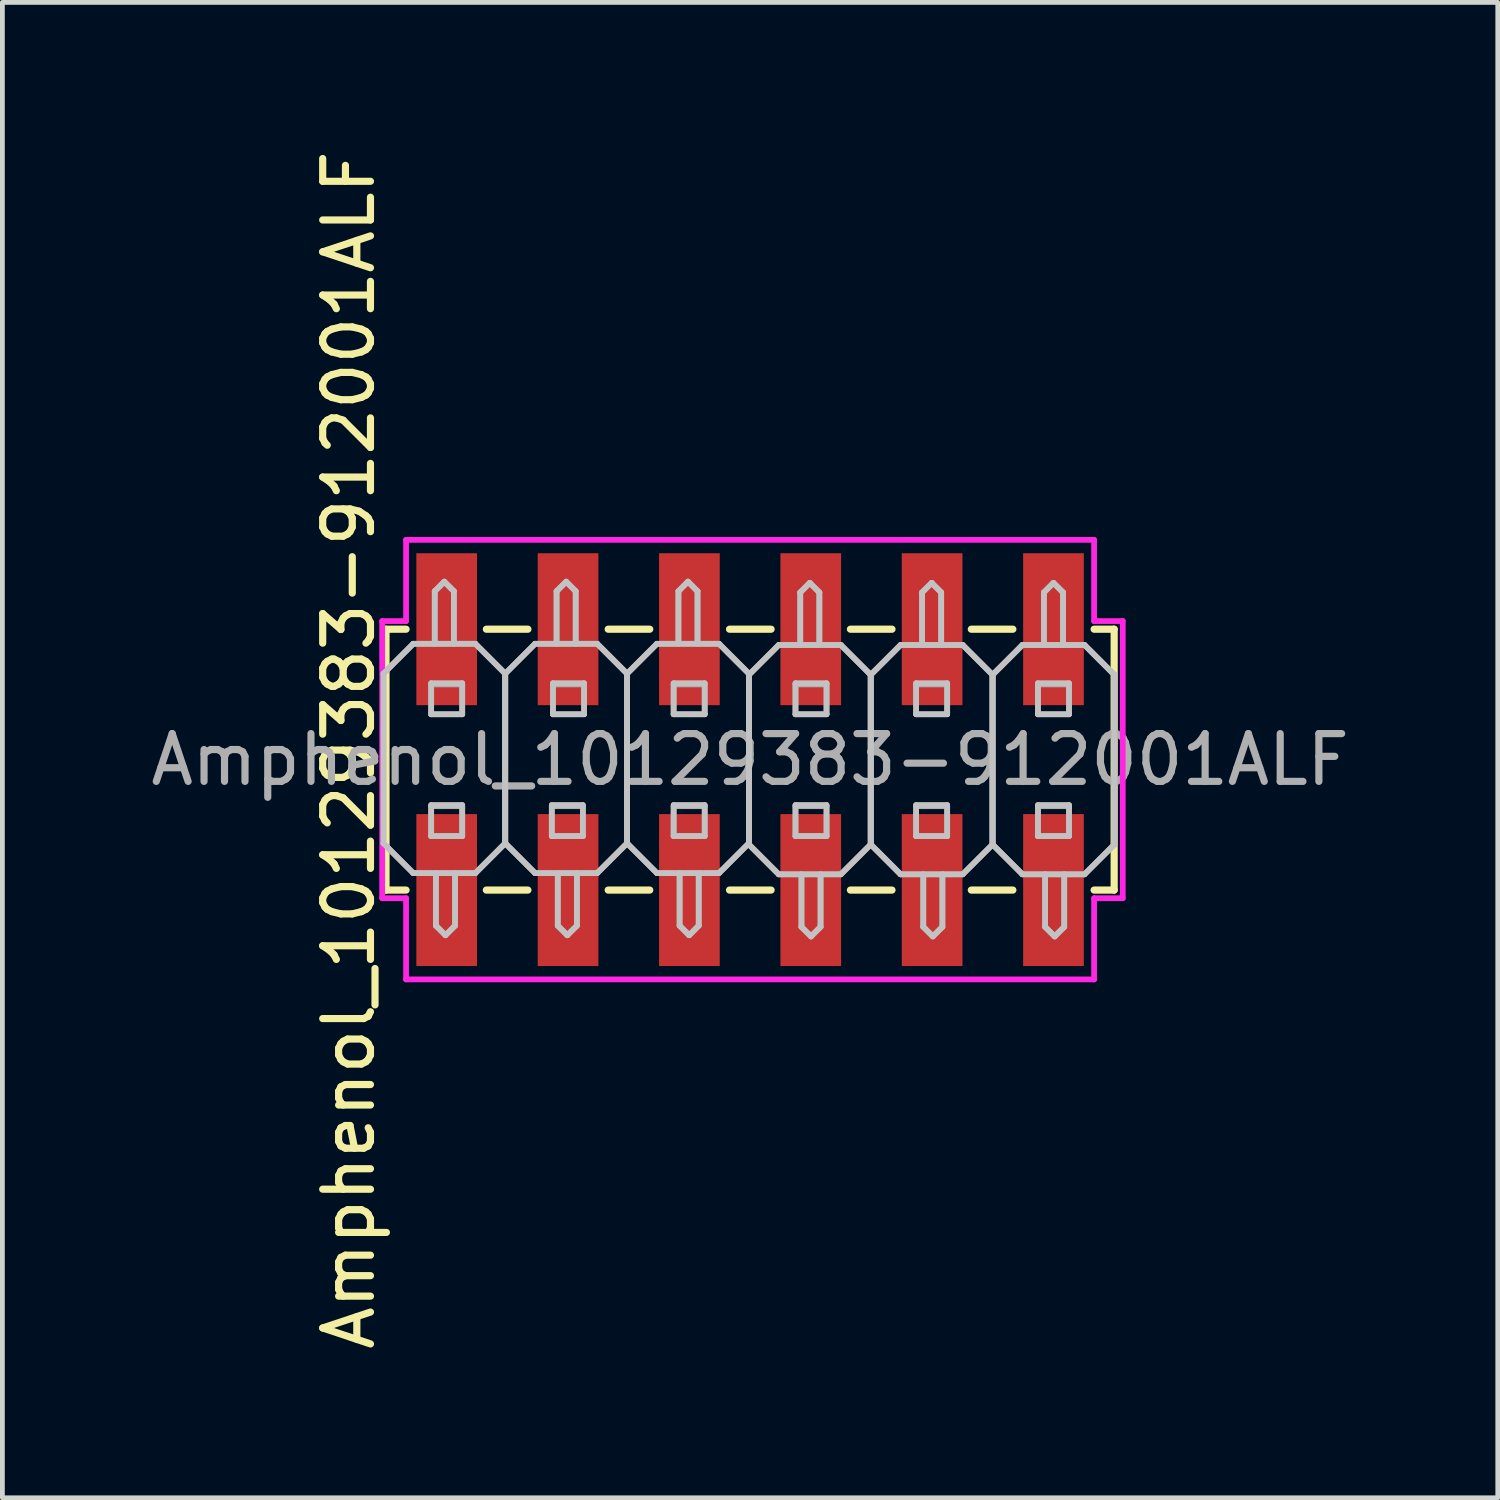
<source format=kicad_pcb>
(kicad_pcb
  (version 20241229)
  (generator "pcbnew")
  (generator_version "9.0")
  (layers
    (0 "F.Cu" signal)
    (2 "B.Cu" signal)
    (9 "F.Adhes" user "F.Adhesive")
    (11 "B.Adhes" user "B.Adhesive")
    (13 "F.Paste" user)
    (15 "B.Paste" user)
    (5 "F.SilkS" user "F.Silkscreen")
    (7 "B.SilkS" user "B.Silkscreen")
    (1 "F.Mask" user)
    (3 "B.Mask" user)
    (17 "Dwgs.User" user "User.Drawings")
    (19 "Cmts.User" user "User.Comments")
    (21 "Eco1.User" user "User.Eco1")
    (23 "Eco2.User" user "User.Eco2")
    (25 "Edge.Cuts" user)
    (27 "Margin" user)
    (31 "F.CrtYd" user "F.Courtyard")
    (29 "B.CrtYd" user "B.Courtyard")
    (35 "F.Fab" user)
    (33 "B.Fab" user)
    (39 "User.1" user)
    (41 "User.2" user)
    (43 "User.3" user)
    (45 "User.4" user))
  (footprint "Amphenol_10129383-912001ALF"
    (layer "F.Cu")
    (at 12.649 12.849)
    (property "Reference" "Amphenol_10129383-912001ALF" (at -8.4 -0.2 90) (layer "F.SilkS") (effects (font (size 1 1) (thickness 0.15))))
    (attr smd)
    (fp_line (start -7.62 -2.73) (end -7.62 2.73) (stroke (width 0.15) (type solid)) (layer "F.SilkS"))
    (fp_line (start -7.62 -2.73) (end -7.2 -2.73) (stroke (width 0.15) (type solid)) (layer "F.SilkS"))
    (fp_line (start -7.62 2.73) (end -7.2 2.73) (stroke (width 0.15) (type solid)) (layer "F.SilkS"))
    (fp_line (start -4.65 -2.73) (end -5.52 -2.73) (stroke (width 0.15) (type solid)) (layer "F.SilkS"))
    (fp_line (start -4.65 2.73) (end -5.52 2.73) (stroke (width 0.15) (type solid)) (layer "F.SilkS"))
    (fp_line (start -2.1 -2.73) (end -2.97 -2.73) (stroke (width 0.15) (type solid)) (layer "F.SilkS"))
    (fp_line (start -2.1 2.73) (end -2.97 2.73) (stroke (width 0.15) (type solid)) (layer "F.SilkS"))
    (fp_line (start 0.44 -2.73) (end -0.43 -2.73) (stroke (width 0.15) (type solid)) (layer "F.SilkS"))
    (fp_line (start 0.44 2.73) (end -0.43 2.73) (stroke (width 0.15) (type solid)) (layer "F.SilkS"))
    (fp_line (start 2.97 -2.73) (end 2.1 -2.73) (stroke (width 0.15) (type solid)) (layer "F.SilkS"))
    (fp_line (start 2.97 2.73) (end 2.1 2.73) (stroke (width 0.15) (type solid)) (layer "F.SilkS"))
    (fp_line (start 5.5 -2.73) (end 4.63 -2.73) (stroke (width 0.15) (type solid)) (layer "F.SilkS"))
    (fp_line (start 5.5 2.73) (end 4.63 2.73) (stroke (width 0.15) (type solid)) (layer "F.SilkS"))
    (fp_line (start 7.62 -2.73) (end 7.2 -2.73) (stroke (width 0.15) (type solid)) (layer "F.SilkS"))
    (fp_line (start 7.62 -2.73) (end 7.62 2.73) (stroke (width 0.15) (type solid)) (layer "F.SilkS"))
    (fp_line (start 7.62 2.73) (end 7.2 2.73) (stroke (width 0.15) (type solid)) (layer "F.SilkS"))
    (fp_line (start -7.675 1.75) (end -7.675 -1.8) (stroke (width 0.12) (type solid)) (layer "Dwgs.User"))
    (fp_line (start -7.675 1.75) (end -7.05 2.375) (stroke (width 0.12) (type solid)) (layer "Dwgs.User"))
    (fp_line (start -7.05 -2.425) (end -7.675 -1.8) (stroke (width 0.12) (type solid)) (layer "Dwgs.User"))
    (fp_line (start -6.675 -1.6) (end -6.025 -1.6) (stroke (width 0.12) (type solid)) (layer "Dwgs.User"))
    (fp_line (start -6.675 -0.95) (end -6.675 -1.6) (stroke (width 0.12) (type solid)) (layer "Dwgs.User"))
    (fp_line (start -6.675 0.95) (end -6.025 0.95) (stroke (width 0.12) (type solid)) (layer "Dwgs.User"))
    (fp_line (start -6.675 1.6) (end -6.675 0.95) (stroke (width 0.12) (type solid)) (layer "Dwgs.User"))
    (fp_line (start -6.6 -2.425) (end -6.6 -3.525) (stroke (width 0.12) (type solid)) (layer "Dwgs.User"))
    (fp_line (start -6.575 2.375) (end -6.575 3.475) (stroke (width 0.12) (type solid)) (layer "Dwgs.User"))
    (fp_line (start -6.575 3.475) (end -6.375 3.675) (stroke (width 0.12) (type solid)) (layer "Dwgs.User"))
    (fp_line (start -6.4 -3.725) (end -6.6 -3.525) (stroke (width 0.12) (type solid)) (layer "Dwgs.User"))
    (fp_line (start -6.375 3.675) (end -6.175 3.475) (stroke (width 0.12) (type solid)) (layer "Dwgs.User"))
    (fp_line (start -6.2 -3.525) (end -6.4 -3.725) (stroke (width 0.12) (type solid)) (layer "Dwgs.User"))
    (fp_line (start -6.2 -2.425) (end -6.2 -3.525) (stroke (width 0.12) (type solid)) (layer "Dwgs.User"))
    (fp_line (start -6.175 2.375) (end -6.175 3.475) (stroke (width 0.12) (type solid)) (layer "Dwgs.User"))
    (fp_line (start -6.025 -1.6) (end -6.025 -0.95) (stroke (width 0.12) (type solid)) (layer "Dwgs.User"))
    (fp_line (start -6.025 -0.95) (end -6.675 -0.95) (stroke (width 0.12) (type solid)) (layer "Dwgs.User"))
    (fp_line (start -6.025 0.95) (end -6.025 1.6) (stroke (width 0.12) (type solid)) (layer "Dwgs.User"))
    (fp_line (start -6.025 1.6) (end -6.675 1.6) (stroke (width 0.12) (type solid)) (layer "Dwgs.User"))
    (fp_line (start -5.75 -2.425) (end -7.05 -2.425) (stroke (width 0.12) (type solid)) (layer "Dwgs.User"))
    (fp_line (start -5.75 -2.425) (end -5.125 -1.8) (stroke (width 0.12) (type solid)) (layer "Dwgs.User"))
    (fp_line (start -5.75 2.375) (end -7.05 2.375) (stroke (width 0.12) (type solid)) (layer "Dwgs.User"))
    (fp_line (start -5.125 -1.8) (end -5.125 1.75) (stroke (width 0.12) (type solid)) (layer "Dwgs.User"))
    (fp_line (start -5.125 1.75) (end -5.75 2.375) (stroke (width 0.12) (type solid)) (layer "Dwgs.User"))
    (fp_line (start -5.125 1.75) (end -5.125 -1.8) (stroke (width 0.12) (type solid)) (layer "Dwgs.User"))
    (fp_line (start -5.125 1.75) (end -4.5 2.375) (stroke (width 0.12) (type solid)) (layer "Dwgs.User"))
    (fp_line (start -4.5 -2.425) (end -5.125 -1.8) (stroke (width 0.12) (type solid)) (layer "Dwgs.User"))
    (fp_line (start -4.15 0.95) (end -3.5 0.95) (stroke (width 0.12) (type solid)) (layer "Dwgs.User"))
    (fp_line (start -4.15 1.6) (end -4.15 0.95) (stroke (width 0.12) (type solid)) (layer "Dwgs.User"))
    (fp_line (start -4.125 -1.6) (end -3.475 -1.6) (stroke (width 0.12) (type solid)) (layer "Dwgs.User"))
    (fp_line (start -4.125 -0.95) (end -4.125 -1.6) (stroke (width 0.12) (type solid)) (layer "Dwgs.User"))
    (fp_line (start -4.05 -2.425) (end -4.05 -3.525) (stroke (width 0.12) (type solid)) (layer "Dwgs.User"))
    (fp_line (start -4.025 2.375) (end -4.025 3.475) (stroke (width 0.12) (type solid)) (layer "Dwgs.User"))
    (fp_line (start -4.025 3.475) (end -3.825 3.675) (stroke (width 0.12) (type solid)) (layer "Dwgs.User"))
    (fp_line (start -3.85 -3.725) (end -4.05 -3.525) (stroke (width 0.12) (type solid)) (layer "Dwgs.User"))
    (fp_line (start -3.825 3.675) (end -3.625 3.475) (stroke (width 0.12) (type solid)) (layer "Dwgs.User"))
    (fp_line (start -3.65 -3.525) (end -3.85 -3.725) (stroke (width 0.12) (type solid)) (layer "Dwgs.User"))
    (fp_line (start -3.65 -2.425) (end -3.65 -3.525) (stroke (width 0.12) (type solid)) (layer "Dwgs.User"))
    (fp_line (start -3.625 2.375) (end -3.625 3.475) (stroke (width 0.12) (type solid)) (layer "Dwgs.User"))
    (fp_line (start -3.5 0.95) (end -3.5 1.6) (stroke (width 0.12) (type solid)) (layer "Dwgs.User"))
    (fp_line (start -3.5 1.6) (end -4.15 1.6) (stroke (width 0.12) (type solid)) (layer "Dwgs.User"))
    (fp_line (start -3.475 -1.6) (end -3.475 -0.95) (stroke (width 0.12) (type solid)) (layer "Dwgs.User"))
    (fp_line (start -3.475 -0.95) (end -4.125 -0.95) (stroke (width 0.12) (type solid)) (layer "Dwgs.User"))
    (fp_line (start -3.2 -2.425) (end -4.5 -2.425) (stroke (width 0.12) (type solid)) (layer "Dwgs.User"))
    (fp_line (start -3.2 -2.425) (end -2.575 -1.8) (stroke (width 0.12) (type solid)) (layer "Dwgs.User"))
    (fp_line (start -3.2 2.375) (end -4.5 2.375) (stroke (width 0.12) (type solid)) (layer "Dwgs.User"))
    (fp_line (start -2.575 -1.8) (end -2.575 1.75) (stroke (width 0.12) (type solid)) (layer "Dwgs.User"))
    (fp_line (start -2.575 1.75) (end -3.2 2.375) (stroke (width 0.12) (type solid)) (layer "Dwgs.User"))
    (fp_line (start -2.575 1.75) (end -2.575 -1.8) (stroke (width 0.12) (type solid)) (layer "Dwgs.User"))
    (fp_line (start -2.575 1.75) (end -1.95 2.375) (stroke (width 0.12) (type solid)) (layer "Dwgs.User"))
    (fp_line (start -1.95 -2.425) (end -2.575 -1.8) (stroke (width 0.12) (type solid)) (layer "Dwgs.User"))
    (fp_line (start -1.6 -1.6) (end -0.95 -1.6) (stroke (width 0.12) (type solid)) (layer "Dwgs.User"))
    (fp_line (start -1.6 -0.95) (end -1.6 -1.6) (stroke (width 0.12) (type solid)) (layer "Dwgs.User"))
    (fp_line (start -1.6 0.95) (end -0.95 0.95) (stroke (width 0.12) (type solid)) (layer "Dwgs.User"))
    (fp_line (start -1.6 1.6) (end -1.6 0.95) (stroke (width 0.12) (type solid)) (layer "Dwgs.User"))
    (fp_line (start -1.5 -2.425) (end -1.5 -3.525) (stroke (width 0.12) (type solid)) (layer "Dwgs.User"))
    (fp_line (start -1.475 2.375) (end -1.475 3.475) (stroke (width 0.12) (type solid)) (layer "Dwgs.User"))
    (fp_line (start -1.475 3.475) (end -1.275 3.675) (stroke (width 0.12) (type solid)) (layer "Dwgs.User"))
    (fp_line (start -1.3 -3.725) (end -1.5 -3.525) (stroke (width 0.12) (type solid)) (layer "Dwgs.User"))
    (fp_line (start -1.275 3.675) (end -1.075 3.475) (stroke (width 0.12) (type solid)) (layer "Dwgs.User"))
    (fp_line (start -1.1 -3.525) (end -1.3 -3.725) (stroke (width 0.12) (type solid)) (layer "Dwgs.User"))
    (fp_line (start -1.1 -2.425) (end -1.1 -3.525) (stroke (width 0.12) (type solid)) (layer "Dwgs.User"))
    (fp_line (start -1.075 2.375) (end -1.075 3.475) (stroke (width 0.12) (type solid)) (layer "Dwgs.User"))
    (fp_line (start -0.95 -1.6) (end -0.95 -0.95) (stroke (width 0.12) (type solid)) (layer "Dwgs.User"))
    (fp_line (start -0.95 -0.95) (end -1.6 -0.95) (stroke (width 0.12) (type solid)) (layer "Dwgs.User"))
    (fp_line (start -0.95 0.95) (end -0.95 1.6) (stroke (width 0.12) (type solid)) (layer "Dwgs.User"))
    (fp_line (start -0.95 1.6) (end -1.6 1.6) (stroke (width 0.12) (type solid)) (layer "Dwgs.User"))
    (fp_line (start -0.65 -2.425) (end -1.95 -2.425) (stroke (width 0.12) (type solid)) (layer "Dwgs.User"))
    (fp_line (start -0.65 -2.425) (end -0.025 -1.8) (stroke (width 0.12) (type solid)) (layer "Dwgs.User"))
    (fp_line (start -0.65 2.375) (end -1.95 2.375) (stroke (width 0.12) (type solid)) (layer "Dwgs.User"))
    (fp_line (start -0.025 -1.8) (end -0.025 1.75) (stroke (width 0.12) (type solid)) (layer "Dwgs.User"))
    (fp_line (start -0.025 1.75) (end -0.65 2.375) (stroke (width 0.12) (type solid)) (layer "Dwgs.User"))
    (fp_line (start -0.025 1.775) (end -0.025 -1.775) (stroke (width 0.12) (type solid)) (layer "Dwgs.User"))
    (fp_line (start -0.025 1.775) (end 0.6 2.4) (stroke (width 0.12) (type solid)) (layer "Dwgs.User"))
    (fp_line (start 0.6 -2.4) (end -0.025 -1.775) (stroke (width 0.12) (type solid)) (layer "Dwgs.User"))
    (fp_line (start 0.95 -1.6) (end 1.6 -1.6) (stroke (width 0.12) (type solid)) (layer "Dwgs.User"))
    (fp_line (start 0.95 -0.95) (end 0.95 -1.6) (stroke (width 0.12) (type solid)) (layer "Dwgs.User"))
    (fp_line (start 0.95 0.95) (end 1.6 0.95) (stroke (width 0.12) (type solid)) (layer "Dwgs.User"))
    (fp_line (start 0.95 1.6) (end 0.95 0.95) (stroke (width 0.12) (type solid)) (layer "Dwgs.User"))
    (fp_line (start 1.05 -2.4) (end 1.05 -3.5) (stroke (width 0.12) (type solid)) (layer "Dwgs.User"))
    (fp_line (start 1.075 2.4) (end 1.075 3.5) (stroke (width 0.12) (type solid)) (layer "Dwgs.User"))
    (fp_line (start 1.075 3.5) (end 1.275 3.7) (stroke (width 0.12) (type solid)) (layer "Dwgs.User"))
    (fp_line (start 1.25 -3.7) (end 1.05 -3.5) (stroke (width 0.12) (type solid)) (layer "Dwgs.User"))
    (fp_line (start 1.275 3.7) (end 1.475 3.5) (stroke (width 0.12) (type solid)) (layer "Dwgs.User"))
    (fp_line (start 1.45 -3.5) (end 1.25 -3.7) (stroke (width 0.12) (type solid)) (layer "Dwgs.User"))
    (fp_line (start 1.45 -2.4) (end 1.45 -3.5) (stroke (width 0.12) (type solid)) (layer "Dwgs.User"))
    (fp_line (start 1.475 2.4) (end 1.475 3.5) (stroke (width 0.12) (type solid)) (layer "Dwgs.User"))
    (fp_line (start 1.6 -1.6) (end 1.6 -0.95) (stroke (width 0.12) (type solid)) (layer "Dwgs.User"))
    (fp_line (start 1.6 -0.95) (end 0.95 -0.95) (stroke (width 0.12) (type solid)) (layer "Dwgs.User"))
    (fp_line (start 1.6 0.95) (end 1.6 1.6) (stroke (width 0.12) (type solid)) (layer "Dwgs.User"))
    (fp_line (start 1.6 1.6) (end 0.95 1.6) (stroke (width 0.12) (type solid)) (layer "Dwgs.User"))
    (fp_line (start 1.9 -2.4) (end 0.6 -2.4) (stroke (width 0.12) (type solid)) (layer "Dwgs.User"))
    (fp_line (start 1.9 -2.4) (end 2.525 -1.775) (stroke (width 0.12) (type solid)) (layer "Dwgs.User"))
    (fp_line (start 1.9 2.4) (end 0.6 2.4) (stroke (width 0.12) (type solid)) (layer "Dwgs.User"))
    (fp_line (start 2.525 -1.775) (end 2.525 1.775) (stroke (width 0.12) (type solid)) (layer "Dwgs.User"))
    (fp_line (start 2.525 1.775) (end 1.9 2.4) (stroke (width 0.12) (type solid)) (layer "Dwgs.User"))
    (fp_line (start 2.525 1.775) (end 2.525 -1.775) (stroke (width 0.12) (type solid)) (layer "Dwgs.User"))
    (fp_line (start 2.525 1.775) (end 3.15 2.4) (stroke (width 0.12) (type solid)) (layer "Dwgs.User"))
    (fp_line (start 3.15 -2.4) (end 2.525 -1.775) (stroke (width 0.12) (type solid)) (layer "Dwgs.User"))
    (fp_line (start 3.475 -1.6) (end 4.125 -1.6) (stroke (width 0.12) (type solid)) (layer "Dwgs.User"))
    (fp_line (start 3.475 -0.95) (end 3.475 -1.6) (stroke (width 0.12) (type solid)) (layer "Dwgs.User"))
    (fp_line (start 3.475 0.95) (end 4.125 0.95) (stroke (width 0.12) (type solid)) (layer "Dwgs.User"))
    (fp_line (start 3.475 1.6) (end 3.475 0.95) (stroke (width 0.12) (type solid)) (layer "Dwgs.User"))
    (fp_line (start 3.6 -2.4) (end 3.6 -3.5) (stroke (width 0.12) (type solid)) (layer "Dwgs.User"))
    (fp_line (start 3.625 2.4) (end 3.625 3.5) (stroke (width 0.12) (type solid)) (layer "Dwgs.User"))
    (fp_line (start 3.625 3.5) (end 3.825 3.7) (stroke (width 0.12) (type solid)) (layer "Dwgs.User"))
    (fp_line (start 3.8 -3.7) (end 3.6 -3.5) (stroke (width 0.12) (type solid)) (layer "Dwgs.User"))
    (fp_line (start 3.825 3.7) (end 4.025 3.5) (stroke (width 0.12) (type solid)) (layer "Dwgs.User"))
    (fp_line (start 4 -3.5) (end 3.8 -3.7) (stroke (width 0.12) (type solid)) (layer "Dwgs.User"))
    (fp_line (start 4 -2.4) (end 4 -3.5) (stroke (width 0.12) (type solid)) (layer "Dwgs.User"))
    (fp_line (start 4.025 2.4) (end 4.025 3.5) (stroke (width 0.12) (type solid)) (layer "Dwgs.User"))
    (fp_line (start 4.125 -1.6) (end 4.125 -0.95) (stroke (width 0.12) (type solid)) (layer "Dwgs.User"))
    (fp_line (start 4.125 -0.95) (end 3.475 -0.95) (stroke (width 0.12) (type solid)) (layer "Dwgs.User"))
    (fp_line (start 4.125 0.95) (end 4.125 1.6) (stroke (width 0.12) (type solid)) (layer "Dwgs.User"))
    (fp_line (start 4.125 1.6) (end 3.475 1.6) (stroke (width 0.12) (type solid)) (layer "Dwgs.User"))
    (fp_line (start 4.45 -2.4) (end 3.15 -2.4) (stroke (width 0.12) (type solid)) (layer "Dwgs.User"))
    (fp_line (start 4.45 -2.4) (end 5.075 -1.775) (stroke (width 0.12) (type solid)) (layer "Dwgs.User"))
    (fp_line (start 4.45 2.4) (end 3.15 2.4) (stroke (width 0.12) (type solid)) (layer "Dwgs.User"))
    (fp_line (start 5.075 -1.775) (end 5.075 1.775) (stroke (width 0.12) (type solid)) (layer "Dwgs.User"))
    (fp_line (start 5.075 1.775) (end 4.45 2.4) (stroke (width 0.12) (type solid)) (layer "Dwgs.User"))
    (fp_line (start 5.075 1.775) (end 5.075 -1.775) (stroke (width 0.12) (type solid)) (layer "Dwgs.User"))
    (fp_line (start 5.075 1.775) (end 5.7 2.4) (stroke (width 0.12) (type solid)) (layer "Dwgs.User"))
    (fp_line (start 5.7 -2.4) (end 5.075 -1.775) (stroke (width 0.12) (type solid)) (layer "Dwgs.User"))
    (fp_line (start 6.025 -1.6) (end 6.675 -1.6) (stroke (width 0.12) (type solid)) (layer "Dwgs.User"))
    (fp_line (start 6.025 -0.95) (end 6.025 -1.6) (stroke (width 0.12) (type solid)) (layer "Dwgs.User"))
    (fp_line (start 6.025 0.95) (end 6.675 0.95) (stroke (width 0.12) (type solid)) (layer "Dwgs.User"))
    (fp_line (start 6.025 1.6) (end 6.025 0.95) (stroke (width 0.12) (type solid)) (layer "Dwgs.User"))
    (fp_line (start 6.15 -2.4) (end 6.15 -3.5) (stroke (width 0.12) (type solid)) (layer "Dwgs.User"))
    (fp_line (start 6.175 2.4) (end 6.175 3.5) (stroke (width 0.12) (type solid)) (layer "Dwgs.User"))
    (fp_line (start 6.175 3.5) (end 6.375 3.7) (stroke (width 0.12) (type solid)) (layer "Dwgs.User"))
    (fp_line (start 6.35 -3.7) (end 6.15 -3.5) (stroke (width 0.12) (type solid)) (layer "Dwgs.User"))
    (fp_line (start 6.375 3.7) (end 6.575 3.5) (stroke (width 0.12) (type solid)) (layer "Dwgs.User"))
    (fp_line (start 6.55 -3.5) (end 6.35 -3.7) (stroke (width 0.12) (type solid)) (layer "Dwgs.User"))
    (fp_line (start 6.55 -2.4) (end 6.55 -3.5) (stroke (width 0.12) (type solid)) (layer "Dwgs.User"))
    (fp_line (start 6.575 2.4) (end 6.575 3.5) (stroke (width 0.12) (type solid)) (layer "Dwgs.User"))
    (fp_line (start 6.675 -1.6) (end 6.675 -0.95) (stroke (width 0.12) (type solid)) (layer "Dwgs.User"))
    (fp_line (start 6.675 -0.95) (end 6.025 -0.95) (stroke (width 0.12) (type solid)) (layer "Dwgs.User"))
    (fp_line (start 6.675 0.95) (end 6.675 1.6) (stroke (width 0.12) (type solid)) (layer "Dwgs.User"))
    (fp_line (start 6.675 1.6) (end 6.025 1.6) (stroke (width 0.12) (type solid)) (layer "Dwgs.User"))
    (fp_line (start 7 -2.4) (end 5.7 -2.4) (stroke (width 0.12) (type solid)) (layer "Dwgs.User"))
    (fp_line (start 7 -2.4) (end 7.625 -1.775) (stroke (width 0.12) (type solid)) (layer "Dwgs.User"))
    (fp_line (start 7 2.4) (end 5.7 2.4) (stroke (width 0.12) (type solid)) (layer "Dwgs.User"))
    (fp_line (start 7.625 -1.775) (end 7.625 1.775) (stroke (width 0.12) (type solid)) (layer "Dwgs.User"))
    (fp_line (start 7.625 1.775) (end 7 2.4) (stroke (width 0.12) (type solid)) (layer "Dwgs.User"))
    (fp_line (start -7.7 -2.9) (end -7.2 -2.9) (stroke (width 0.12) (type solid)) (layer "F.CrtYd"))
    (fp_line (start -7.7 2.9) (end -7.7 -2.9) (stroke (width 0.12) (type solid)) (layer "F.CrtYd"))
    (fp_line (start -7.2 -4.6) (end 7.2 -4.6) (stroke (width 0.12) (type solid)) (layer "F.CrtYd"))
    (fp_line (start -7.2 -2.9) (end -7.2 -4.6) (stroke (width 0.12) (type solid)) (layer "F.CrtYd"))
    (fp_line (start -7.2 2.9) (end -7.7 2.9) (stroke (width 0.12) (type solid)) (layer "F.CrtYd"))
    (fp_line (start -7.2 4.6) (end -7.2 2.9) (stroke (width 0.12) (type solid)) (layer "F.CrtYd"))
    (fp_line (start 7.2 -4.6) (end 7.2 -2.9) (stroke (width 0.12) (type solid)) (layer "F.CrtYd"))
    (fp_line (start 7.2 -2.9) (end 7.8 -2.9) (stroke (width 0.12) (type solid)) (layer "F.CrtYd"))
    (fp_line (start 7.2 2.9) (end 7.2 4.6) (stroke (width 0.12) (type solid)) (layer "F.CrtYd"))
    (fp_line (start 7.2 4.6) (end -7.2 4.6) (stroke (width 0.12) (type solid)) (layer "F.CrtYd"))
    (fp_line (start 7.8 -2.9) (end 7.8 2.9) (stroke (width 0.12) (type solid)) (layer "F.CrtYd"))
    (fp_line (start 7.8 2.9) (end 7.2 2.9) (stroke (width 0.12) (type solid)) (layer "F.CrtYd"))
    (fp_line (start -7.675 -1.8) (end -7.675 1.75) (stroke (width 0.12) (type solid)) (layer "F.Fab"))
    (fp_line (start -7.675 1.75) (end -7.05 2.375) (stroke (width 0.12) (type solid)) (layer "F.Fab"))
    (fp_line (start -7.05 -2.425) (end -7.675 -1.8) (stroke (width 0.12) (type solid)) (layer "F.Fab"))
    (fp_line (start -6.675 -1.575) (end -6.025 -1.575) (stroke (width 0.12) (type solid)) (layer "F.Fab"))
    (fp_line (start -6.675 -0.95) (end -6.675 -1.575) (stroke (width 0.12) (type solid)) (layer "F.Fab"))
    (fp_line (start -6.675 0.975) (end -6.025 0.975) (stroke (width 0.12) (type solid)) (layer "F.Fab"))
    (fp_line (start -6.675 1.6) (end -6.675 0.975) (stroke (width 0.12) (type solid)) (layer "F.Fab"))
    (fp_line (start -6.6 -2.425) (end -6.6 -3.525) (stroke (width 0.12) (type solid)) (layer "F.Fab"))
    (fp_line (start -6.575 2.375) (end -6.575 3.475) (stroke (width 0.12) (type solid)) (layer "F.Fab"))
    (fp_line (start -6.575 3.475) (end -6.375 3.675) (stroke (width 0.12) (type solid)) (layer "F.Fab"))
    (fp_line (start -6.4 -3.725) (end -6.6 -3.525) (stroke (width 0.12) (type solid)) (layer "F.Fab"))
    (fp_line (start -6.375 3.675) (end -6.175 3.475) (stroke (width 0.12) (type solid)) (layer "F.Fab"))
    (fp_line (start -6.2 -3.525) (end -6.4 -3.725) (stroke (width 0.12) (type solid)) (layer "F.Fab"))
    (fp_line (start -6.2 -2.425) (end -6.2 -3.525) (stroke (width 0.12) (type solid)) (layer "F.Fab"))
    (fp_line (start -6.175 2.375) (end -6.175 3.475) (stroke (width 0.12) (type solid)) (layer "F.Fab"))
    (fp_line (start -6.025 -1.575) (end -6.025 -0.95) (stroke (width 0.12) (type solid)) (layer "F.Fab"))
    (fp_line (start -6.025 -0.95) (end -6.675 -0.95) (stroke (width 0.12) (type solid)) (layer "F.Fab"))
    (fp_line (start -6.025 0.975) (end -6.025 1.6) (stroke (width 0.12) (type solid)) (layer "F.Fab"))
    (fp_line (start -6.025 1.6) (end -6.675 1.6) (stroke (width 0.12) (type solid)) (layer "F.Fab"))
    (fp_line (start -5.75 -2.425) (end -7.05 -2.425) (stroke (width 0.12) (type solid)) (layer "F.Fab"))
    (fp_line (start -5.75 -2.425) (end -5.125 -1.8) (stroke (width 0.12) (type solid)) (layer "F.Fab"))
    (fp_line (start -5.75 2.375) (end -7.05 2.375) (stroke (width 0.12) (type solid)) (layer "F.Fab"))
    (fp_line (start -5.125 -1.8) (end -5.125 1.75) (stroke (width 0.12) (type solid)) (layer "F.Fab"))
    (fp_line (start -5.125 -1.8) (end -5.125 1.75) (stroke (width 0.12) (type solid)) (layer "F.Fab"))
    (fp_line (start -5.125 1.75) (end -5.75 2.375) (stroke (width 0.12) (type solid)) (layer "F.Fab"))
    (fp_line (start -5.125 1.75) (end -4.5 2.375) (stroke (width 0.12) (type solid)) (layer "F.Fab"))
    (fp_line (start -4.5 -2.425) (end -5.125 -1.8) (stroke (width 0.12) (type solid)) (layer "F.Fab"))
    (fp_line (start -4.15 0.975) (end -3.5 0.975) (stroke (width 0.12) (type solid)) (layer "F.Fab"))
    (fp_line (start -4.15 1.6) (end -4.15 0.975) (stroke (width 0.12) (type solid)) (layer "F.Fab"))
    (fp_line (start -4.125 -1.575) (end -3.475 -1.575) (stroke (width 0.12) (type solid)) (layer "F.Fab"))
    (fp_line (start -4.125 -0.95) (end -4.125 -1.575) (stroke (width 0.12) (type solid)) (layer "F.Fab"))
    (fp_line (start -4.05 -2.425) (end -4.05 -3.525) (stroke (width 0.12) (type solid)) (layer "F.Fab"))
    (fp_line (start -4.025 2.375) (end -4.025 3.475) (stroke (width 0.12) (type solid)) (layer "F.Fab"))
    (fp_line (start -4.025 3.475) (end -3.825 3.675) (stroke (width 0.12) (type solid)) (layer "F.Fab"))
    (fp_line (start -3.85 -3.725) (end -4.05 -3.525) (stroke (width 0.12) (type solid)) (layer "F.Fab"))
    (fp_line (start -3.825 3.675) (end -3.625 3.475) (stroke (width 0.12) (type solid)) (layer "F.Fab"))
    (fp_line (start -3.65 -3.525) (end -3.85 -3.725) (stroke (width 0.12) (type solid)) (layer "F.Fab"))
    (fp_line (start -3.65 -2.425) (end -3.65 -3.525) (stroke (width 0.12) (type solid)) (layer "F.Fab"))
    (fp_line (start -3.625 2.375) (end -3.625 3.475) (stroke (width 0.12) (type solid)) (layer "F.Fab"))
    (fp_line (start -3.5 0.975) (end -3.5 1.6) (stroke (width 0.12) (type solid)) (layer "F.Fab"))
    (fp_line (start -3.5 1.6) (end -4.15 1.6) (stroke (width 0.12) (type solid)) (layer "F.Fab"))
    (fp_line (start -3.475 -1.575) (end -3.475 -0.95) (stroke (width 0.12) (type solid)) (layer "F.Fab"))
    (fp_line (start -3.475 -0.95) (end -4.125 -0.95) (stroke (width 0.12) (type solid)) (layer "F.Fab"))
    (fp_line (start -3.2 -2.425) (end -4.5 -2.425) (stroke (width 0.12) (type solid)) (layer "F.Fab"))
    (fp_line (start -3.2 -2.425) (end -2.575 -1.8) (stroke (width 0.12) (type solid)) (layer "F.Fab"))
    (fp_line (start -3.2 2.375) (end -4.5 2.375) (stroke (width 0.12) (type solid)) (layer "F.Fab"))
    (fp_line (start -2.575 -1.8) (end -2.575 1.75) (stroke (width 0.12) (type solid)) (layer "F.Fab"))
    (fp_line (start -2.575 -1.8) (end -2.575 1.75) (stroke (width 0.12) (type solid)) (layer "F.Fab"))
    (fp_line (start -2.575 1.75) (end -3.2 2.375) (stroke (width 0.12) (type solid)) (layer "F.Fab"))
    (fp_line (start -2.575 1.75) (end -1.95 2.375) (stroke (width 0.12) (type solid)) (layer "F.Fab"))
    (fp_line (start -1.95 -2.425) (end -2.575 -1.8) (stroke (width 0.12) (type solid)) (layer "F.Fab"))
    (fp_line (start -1.6 -1.575) (end -0.95 -1.575) (stroke (width 0.12) (type solid)) (layer "F.Fab"))
    (fp_line (start -1.6 -0.95) (end -1.6 -1.575) (stroke (width 0.12) (type solid)) (layer "F.Fab"))
    (fp_line (start -1.6 0.975) (end -0.95 0.975) (stroke (width 0.12) (type solid)) (layer "F.Fab"))
    (fp_line (start -1.6 1.6) (end -1.6 0.975) (stroke (width 0.12) (type solid)) (layer "F.Fab"))
    (fp_line (start -1.5 -2.425) (end -1.5 -3.525) (stroke (width 0.12) (type solid)) (layer "F.Fab"))
    (fp_line (start -1.475 2.375) (end -1.475 3.475) (stroke (width 0.12) (type solid)) (layer "F.Fab"))
    (fp_line (start -1.475 3.475) (end -1.275 3.675) (stroke (width 0.12) (type solid)) (layer "F.Fab"))
    (fp_line (start -1.3 -3.725) (end -1.5 -3.525) (stroke (width 0.12) (type solid)) (layer "F.Fab"))
    (fp_line (start -1.275 3.675) (end -1.075 3.475) (stroke (width 0.12) (type solid)) (layer "F.Fab"))
    (fp_line (start -1.1 -3.525) (end -1.3 -3.725) (stroke (width 0.12) (type solid)) (layer "F.Fab"))
    (fp_line (start -1.1 -2.425) (end -1.1 -3.525) (stroke (width 0.12) (type solid)) (layer "F.Fab"))
    (fp_line (start -1.075 2.375) (end -1.075 3.475) (stroke (width 0.12) (type solid)) (layer "F.Fab"))
    (fp_line (start -0.95 -1.575) (end -0.95 -0.95) (stroke (width 0.12) (type solid)) (layer "F.Fab"))
    (fp_line (start -0.95 -0.95) (end -1.6 -0.95) (stroke (width 0.12) (type solid)) (layer "F.Fab"))
    (fp_line (start -0.95 0.975) (end -0.95 1.6) (stroke (width 0.12) (type solid)) (layer "F.Fab"))
    (fp_line (start -0.95 1.6) (end -1.6 1.6) (stroke (width 0.12) (type solid)) (layer "F.Fab"))
    (fp_line (start -0.65 -2.425) (end -1.95 -2.425) (stroke (width 0.12) (type solid)) (layer "F.Fab"))
    (fp_line (start -0.65 -2.425) (end -0.025 -1.8) (stroke (width 0.12) (type solid)) (layer "F.Fab"))
    (fp_line (start -0.65 2.375) (end -1.95 2.375) (stroke (width 0.12) (type solid)) (layer "F.Fab"))
    (fp_line (start -0.025 -1.8) (end -0.025 1.75) (stroke (width 0.12) (type solid)) (layer "F.Fab"))
    (fp_line (start -0.025 -1.775) (end -0.025 1.775) (stroke (width 0.12) (type solid)) (layer "F.Fab"))
    (fp_line (start -0.025 1.75) (end -0.65 2.375) (stroke (width 0.12) (type solid)) (layer "F.Fab"))
    (fp_line (start -0.025 1.775) (end 0.6 2.4) (stroke (width 0.12) (type solid)) (layer "F.Fab"))
    (fp_line (start 0.6 -2.4) (end -0.025 -1.775) (stroke (width 0.12) (type solid)) (layer "F.Fab"))
    (fp_line (start 0.95 -1.575) (end 1.6 -1.575) (stroke (width 0.12) (type solid)) (layer "F.Fab"))
    (fp_line (start 0.95 -0.95) (end 0.95 -1.575) (stroke (width 0.12) (type solid)) (layer "F.Fab"))
    (fp_line (start 0.95 0.975) (end 1.6 0.975) (stroke (width 0.12) (type solid)) (layer "F.Fab"))
    (fp_line (start 0.95 1.6) (end 0.95 0.975) (stroke (width 0.12) (type solid)) (layer "F.Fab"))
    (fp_line (start 1.05 -2.4) (end 1.05 -3.5) (stroke (width 0.12) (type solid)) (layer "F.Fab"))
    (fp_line (start 1.075 2.4) (end 1.075 3.5) (stroke (width 0.12) (type solid)) (layer "F.Fab"))
    (fp_line (start 1.075 3.5) (end 1.275 3.7) (stroke (width 0.12) (type solid)) (layer "F.Fab"))
    (fp_line (start 1.25 -3.7) (end 1.05 -3.5) (stroke (width 0.12) (type solid)) (layer "F.Fab"))
    (fp_line (start 1.275 3.7) (end 1.475 3.5) (stroke (width 0.12) (type solid)) (layer "F.Fab"))
    (fp_line (start 1.45 -3.5) (end 1.25 -3.7) (stroke (width 0.12) (type solid)) (layer "F.Fab"))
    (fp_line (start 1.45 -2.4) (end 1.45 -3.5) (stroke (width 0.12) (type solid)) (layer "F.Fab"))
    (fp_line (start 1.475 2.4) (end 1.475 3.5) (stroke (width 0.12) (type solid)) (layer "F.Fab"))
    (fp_line (start 1.6 -1.575) (end 1.6 -0.95) (stroke (width 0.12) (type solid)) (layer "F.Fab"))
    (fp_line (start 1.6 -0.95) (end 0.95 -0.95) (stroke (width 0.12) (type solid)) (layer "F.Fab"))
    (fp_line (start 1.6 0.975) (end 1.6 1.6) (stroke (width 0.12) (type solid)) (layer "F.Fab"))
    (fp_line (start 1.6 1.6) (end 0.95 1.6) (stroke (width 0.12) (type solid)) (layer "F.Fab"))
    (fp_line (start 1.9 -2.4) (end 0.6 -2.4) (stroke (width 0.12) (type solid)) (layer "F.Fab"))
    (fp_line (start 1.9 -2.4) (end 2.525 -1.775) (stroke (width 0.12) (type solid)) (layer "F.Fab"))
    (fp_line (start 1.9 2.4) (end 0.6 2.4) (stroke (width 0.12) (type solid)) (layer "F.Fab"))
    (fp_line (start 2.525 -1.775) (end 2.525 1.775) (stroke (width 0.12) (type solid)) (layer "F.Fab"))
    (fp_line (start 2.525 -1.775) (end 2.525 1.775) (stroke (width 0.12) (type solid)) (layer "F.Fab"))
    (fp_line (start 2.525 1.775) (end 1.9 2.4) (stroke (width 0.12) (type solid)) (layer "F.Fab"))
    (fp_line (start 2.525 1.775) (end 3.15 2.4) (stroke (width 0.12) (type solid)) (layer "F.Fab"))
    (fp_line (start 3.15 -2.4) (end 2.525 -1.775) (stroke (width 0.12) (type solid)) (layer "F.Fab"))
    (fp_line (start 3.475 -1.575) (end 4.125 -1.575) (stroke (width 0.12) (type solid)) (layer "F.Fab"))
    (fp_line (start 3.475 -0.95) (end 3.475 -1.575) (stroke (width 0.12) (type solid)) (layer "F.Fab"))
    (fp_line (start 3.475 0.975) (end 4.125 0.975) (stroke (width 0.12) (type solid)) (layer "F.Fab"))
    (fp_line (start 3.475 1.6) (end 3.475 0.975) (stroke (width 0.12) (type solid)) (layer "F.Fab"))
    (fp_line (start 3.6 -2.4) (end 3.6 -3.5) (stroke (width 0.12) (type solid)) (layer "F.Fab"))
    (fp_line (start 3.625 2.4) (end 3.625 3.5) (stroke (width 0.12) (type solid)) (layer "F.Fab"))
    (fp_line (start 3.625 3.5) (end 3.825 3.7) (stroke (width 0.12) (type solid)) (layer "F.Fab"))
    (fp_line (start 3.8 -3.7) (end 3.6 -3.5) (stroke (width 0.12) (type solid)) (layer "F.Fab"))
    (fp_line (start 3.825 3.7) (end 4.025 3.5) (stroke (width 0.12) (type solid)) (layer "F.Fab"))
    (fp_line (start 4 -3.5) (end 3.8 -3.7) (stroke (width 0.12) (type solid)) (layer "F.Fab"))
    (fp_line (start 4 -2.4) (end 4 -3.5) (stroke (width 0.12) (type solid)) (layer "F.Fab"))
    (fp_line (start 4.025 2.4) (end 4.025 3.5) (stroke (width 0.12) (type solid)) (layer "F.Fab"))
    (fp_line (start 4.125 -1.575) (end 4.125 -0.95) (stroke (width 0.12) (type solid)) (layer "F.Fab"))
    (fp_line (start 4.125 -0.95) (end 3.475 -0.95) (stroke (width 0.12) (type solid)) (layer "F.Fab"))
    (fp_line (start 4.125 0.975) (end 4.125 1.6) (stroke (width 0.12) (type solid)) (layer "F.Fab"))
    (fp_line (start 4.125 1.6) (end 3.475 1.6) (stroke (width 0.12) (type solid)) (layer "F.Fab"))
    (fp_line (start 4.45 -2.4) (end 3.15 -2.4) (stroke (width 0.12) (type solid)) (layer "F.Fab"))
    (fp_line (start 4.45 -2.4) (end 5.075 -1.775) (stroke (width 0.12) (type solid)) (layer "F.Fab"))
    (fp_line (start 4.45 2.4) (end 3.15 2.4) (stroke (width 0.12) (type solid)) (layer "F.Fab"))
    (fp_line (start 5.075 -1.775) (end 5.075 1.775) (stroke (width 0.12) (type solid)) (layer "F.Fab"))
    (fp_line (start 5.075 -1.775) (end 5.075 1.775) (stroke (width 0.12) (type solid)) (layer "F.Fab"))
    (fp_line (start 5.075 1.775) (end 4.45 2.4) (stroke (width 0.12) (type solid)) (layer "F.Fab"))
    (fp_line (start 5.075 1.775) (end 5.7 2.4) (stroke (width 0.12) (type solid)) (layer "F.Fab"))
    (fp_line (start 5.7 -2.4) (end 5.075 -1.775) (stroke (width 0.12) (type solid)) (layer "F.Fab"))
    (fp_line (start 6.025 -1.575) (end 6.675 -1.575) (stroke (width 0.12) (type solid)) (layer "F.Fab"))
    (fp_line (start 6.025 -0.95) (end 6.025 -1.575) (stroke (width 0.12) (type solid)) (layer "F.Fab"))
    (fp_line (start 6.025 0.975) (end 6.675 0.975) (stroke (width 0.12) (type solid)) (layer "F.Fab"))
    (fp_line (start 6.025 1.6) (end 6.025 0.975) (stroke (width 0.12) (type solid)) (layer "F.Fab"))
    (fp_line (start 6.15 -2.4) (end 6.15 -3.5) (stroke (width 0.12) (type solid)) (layer "F.Fab"))
    (fp_line (start 6.175 2.4) (end 6.175 3.5) (stroke (width 0.12) (type solid)) (layer "F.Fab"))
    (fp_line (start 6.175 3.5) (end 6.375 3.7) (stroke (width 0.12) (type solid)) (layer "F.Fab"))
    (fp_line (start 6.35 -3.7) (end 6.15 -3.5) (stroke (width 0.12) (type solid)) (layer "F.Fab"))
    (fp_line (start 6.375 3.7) (end 6.575 3.5) (stroke (width 0.12) (type solid)) (layer "F.Fab"))
    (fp_line (start 6.55 -3.5) (end 6.35 -3.7) (stroke (width 0.12) (type solid)) (layer "F.Fab"))
    (fp_line (start 6.55 -2.4) (end 6.55 -3.5) (stroke (width 0.12) (type solid)) (layer "F.Fab"))
    (fp_line (start 6.575 2.4) (end 6.575 3.5) (stroke (width 0.12) (type solid)) (layer "F.Fab"))
    (fp_line (start 6.675 -1.575) (end 6.675 -0.95) (stroke (width 0.12) (type solid)) (layer "F.Fab"))
    (fp_line (start 6.675 -0.95) (end 6.025 -0.95) (stroke (width 0.12) (type solid)) (layer "F.Fab"))
    (fp_line (start 6.675 0.975) (end 6.675 1.6) (stroke (width 0.12) (type solid)) (layer "F.Fab"))
    (fp_line (start 6.675 1.6) (end 6.025 1.6) (stroke (width 0.12) (type solid)) (layer "F.Fab"))
    (fp_line (start 7 -2.4) (end 5.7 -2.4) (stroke (width 0.12) (type solid)) (layer "F.Fab"))
    (fp_line (start 7 -2.4) (end 7.625 -1.775) (stroke (width 0.12) (type solid)) (layer "F.Fab"))
    (fp_line (start 7 2.4) (end 5.7 2.4) (stroke (width 0.12) (type solid)) (layer "F.Fab"))
    (fp_line (start 7.625 -1.775) (end 7.625 1.775) (stroke (width 0.12) (type solid)) (layer "F.Fab"))
    (fp_line (start 7.625 1.775) (end 7 2.4) (stroke (width 0.12) (type solid)) (layer "F.Fab"))
    (fp_text user "${REFERENCE}" (at 0 0 0) (layer "F.Fab") (effects (font (size 1 1) (thickness 0.15))))
    (pad "1" smd rect (at -6.35 2.73) (size 1.27 3.18) (layers "F.Cu" "F.Mask" "F.Paste"))
    (pad "2" smd rect (at -6.35 -2.73) (size 1.27 3.18) (layers "F.Cu" "F.Mask" "F.Paste"))
    (pad "3" smd rect (at -3.81 2.73) (size 1.27 3.18) (layers "F.Cu" "F.Mask" "F.Paste"))
    (pad "4" smd rect (at -3.81 -2.73) (size 1.27 3.18) (layers "F.Cu" "F.Mask" "F.Paste"))
    (pad "5" smd rect (at -1.27 2.73) (size 1.27 3.18) (layers "F.Cu" "F.Mask" "F.Paste"))
    (pad "6" smd rect (at -1.27 -2.73) (size 1.27 3.18) (layers "F.Cu" "F.Mask" "F.Paste"))
    (pad "7" smd rect (at 1.27 2.73) (size 1.27 3.18) (layers "F.Cu" "F.Mask" "F.Paste"))
    (pad "8" smd rect (at 1.27 -2.73) (size 1.27 3.18) (layers "F.Cu" "F.Mask" "F.Paste"))
    (pad "9" smd rect (at 3.81 2.73) (size 1.27 3.18) (layers "F.Cu" "F.Mask" "F.Paste"))
    (pad "10" smd rect (at 3.81 -2.73) (size 1.27 3.18) (layers "F.Cu" "F.Mask" "F.Paste"))
    (pad "11" smd rect (at 6.35 2.73) (size 1.27 3.18) (layers "F.Cu" "F.Mask" "F.Paste"))
    (pad "12" smd rect (at 6.35 -2.73) (size 1.27 3.18) (layers "F.Cu" "F.Mask" "F.Paste")))
  (gr_rect
    (start -3 -3)
    (end 28.298 28.298)
    (stroke (width 0.1) (type default))
    (fill no)
    (layer "Edge.Cuts")))
</source>
